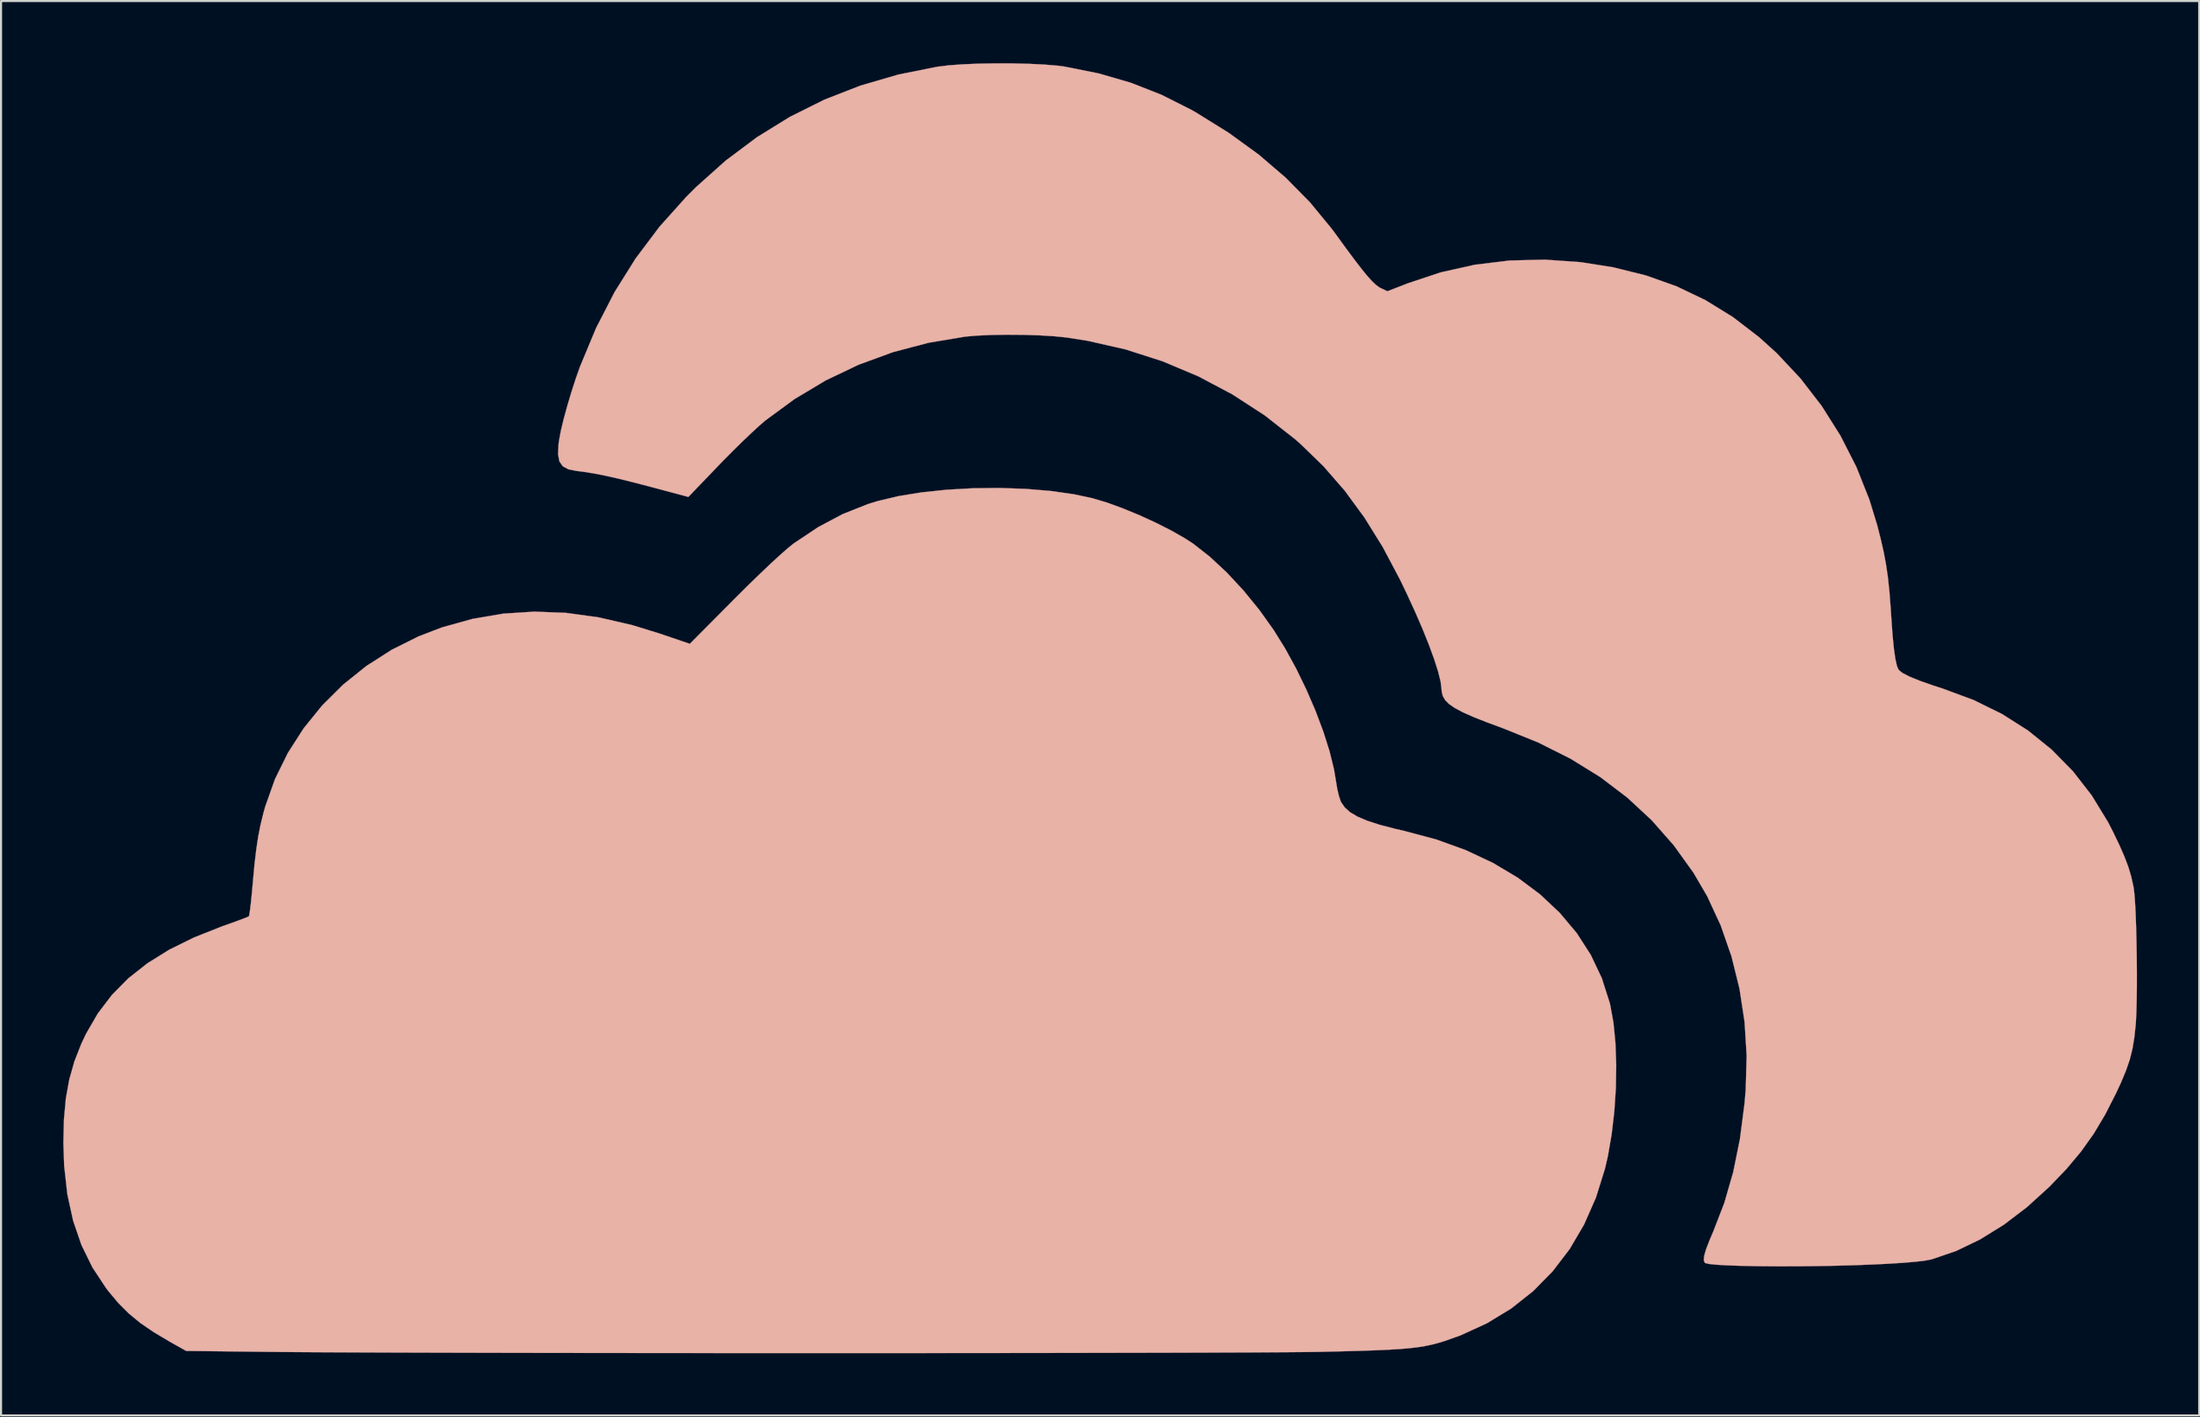
<source format=kicad_pcb>
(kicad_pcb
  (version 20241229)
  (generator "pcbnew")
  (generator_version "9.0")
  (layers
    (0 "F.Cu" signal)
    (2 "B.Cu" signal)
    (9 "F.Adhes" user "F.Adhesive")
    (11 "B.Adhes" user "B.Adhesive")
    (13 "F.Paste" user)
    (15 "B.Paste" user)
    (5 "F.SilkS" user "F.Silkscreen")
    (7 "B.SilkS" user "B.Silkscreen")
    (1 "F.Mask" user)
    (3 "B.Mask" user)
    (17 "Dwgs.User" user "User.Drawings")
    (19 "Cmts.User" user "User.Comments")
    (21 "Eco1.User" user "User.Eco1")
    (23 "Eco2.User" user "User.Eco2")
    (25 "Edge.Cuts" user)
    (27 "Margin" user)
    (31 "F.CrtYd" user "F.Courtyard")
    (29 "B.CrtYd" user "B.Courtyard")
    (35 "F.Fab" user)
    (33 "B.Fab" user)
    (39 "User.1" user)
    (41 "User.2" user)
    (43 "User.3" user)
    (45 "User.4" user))
  (footprint "onedrive_10x10_B"
    (layer "F.Cu")
    (at 49.905 31.039)
    (property "Reference" "onedrive_10x10_B" (at 0 0 0) (layer "B.SilkS") (effects (font (size 1.524 1.524) (thickness 0.3))))
    (attr through_hole)
    (fp_poly (pts (xy -3.523 -10.523) (xy -2.314 -10.422) (xy -1.196 -10.262) (xy -0.303 -10.071) (xy 0.384 -9.865) (xy 1.15 -9.586) (xy 1.953 -9.255) (xy 2.749 -8.89) (xy 3.497 -8.511) (xy 4.154 -8.136) (xy 4.547 -7.88) (xy 5.346 -7.254) (xy 6.163 -6.493) (xy 6.97 -5.625) (xy 7.741 -4.678) (xy 8.433 -3.706) (xy 8.985 -2.816) (xy 9.511 -1.853) (xy 10 -0.846) (xy 10.439 0.173) (xy 10.816 1.175) (xy 11.118 2.129) (xy 11.333 3.005) (xy 11.426 3.565) (xy 11.487 3.936) (xy 11.568 4.281) (xy 11.654 4.535) (xy 11.668 4.566) (xy 11.846 4.828) (xy 12.106 5.062) (xy 12.463 5.275) (xy 12.934 5.475) (xy 13.533 5.669) (xy 14.278 5.863) (xy 14.723 5.966) (xy 16.25 6.373) (xy 17.673 6.887) (xy 18.986 7.503) (xy 20.185 8.217) (xy 21.262 9.022) (xy 22.212 9.915) (xy 23.029 10.889) (xy 23.706 11.94) (xy 24.238 13.062) (xy 24.618 14.251) (xy 24.64 14.341) (xy 24.797 15.198) (xy 24.893 16.177) (xy 24.932 17.242) (xy 24.914 18.357) (xy 24.84 19.486) (xy 24.711 20.593) (xy 24.529 21.642) (xy 24.39 22.246) (xy 23.953 23.643) (xy 23.384 24.935) (xy 22.688 26.12) (xy 21.868 27.192) (xy 20.928 28.149) (xy 19.871 28.985) (xy 18.701 29.698) (xy 17.422 30.283) (xy 16.661 30.553) (xy 16.354 30.646) (xy 16.052 30.725) (xy 15.735 30.793) (xy 15.386 30.849) (xy 14.989 30.897) (xy 14.526 30.937) (xy 13.978 30.971) (xy 13.33 31) (xy 12.562 31.026) (xy 11.659 31.051) (xy 10.716 31.073) (xy 10.332 31.08) (xy 9.787 31.086) (xy 9.091 31.092) (xy 8.252 31.097) (xy 7.28 31.103) (xy 6.184 31.107) (xy 4.972 31.112) (xy 3.653 31.116) (xy 2.237 31.119) (xy 0.732 31.122) (xy -0.852 31.125) (xy -2.508 31.128) (xy -4.224 31.13) (xy -5.994 31.132) (xy -7.808 31.133) (xy -9.656 31.134) (xy -11.531 31.134) (xy -13.422 31.135) (xy -15.321 31.135) (xy -17.219 31.134) (xy -19.107 31.133) (xy -20.976 31.132) (xy -22.818 31.13) (xy -24.622 31.128) (xy -26.381 31.126) (xy -28.084 31.123) (xy -29.724 31.12) (xy -31.291 31.116) (xy -32.777 31.112) (xy -34.172 31.108) (xy -35.467 31.103) (xy -36.653 31.098) (xy -37.722 31.093) (xy -38.665 31.087) (xy -39.472 31.08) (xy -40.09 31.074) (xy -43.984 31.03) (xy -44.779 30.582) (xy -45.551 30.122) (xy -46.197 29.68) (xy -46.75 29.224) (xy -47.248 28.726) (xy -47.726 28.155) (xy -47.841 28.005) (xy -48.501 27.004) (xy -49.031 25.922) (xy -49.432 24.75) (xy -49.709 23.48) (xy -49.863 22.103) (xy -49.9 20.997) (xy -49.873 19.867) (xy -49.781 18.86) (xy -49.616 17.942) (xy -49.371 17.078) (xy -49.039 16.231) (xy -48.806 15.739) (xy -48.239 14.76) (xy -47.563 13.873) (xy -46.77 13.069) (xy -45.851 12.344) (xy -44.797 11.688) (xy -43.598 11.097) (xy -42.247 10.562) (xy -42.164 10.533) (xy -41.751 10.386) (xy -41.396 10.256) (xy -41.129 10.154) (xy -40.981 10.092) (xy -40.962 10.082) (xy -40.937 9.986) (xy -40.902 9.748) (xy -40.86 9.396) (xy -40.816 8.956) (xy -40.771 8.457) (xy -40.77 8.446) (xy -40.692 7.596) (xy -40.608 6.877) (xy -40.514 6.251) (xy -40.402 5.679) (xy -40.267 5.125) (xy -40.175 4.794) (xy -39.703 3.465) (xy -39.081 2.202) (xy -38.32 1.016) (xy -37.429 -0.085) (xy -36.419 -1.089) (xy -35.299 -1.986) (xy -34.081 -2.766) (xy -32.774 -3.418) (xy -31.653 -3.847) (xy -30.187 -4.256) (xy -28.707 -4.509) (xy -27.205 -4.606) (xy -25.673 -4.546) (xy -24.101 -4.329) (xy -22.482 -3.955) (xy -21.188 -3.556) (xy -19.712 -3.054) (xy -17.582 -5.199) (xy -16.959 -5.82) (xy -16.372 -6.391) (xy -15.839 -6.899) (xy -15.374 -7.327) (xy -14.993 -7.662) (xy -14.713 -7.888) (xy -14.707 -7.892) (xy -13.527 -8.681) (xy -12.34 -9.311) (xy -11.126 -9.792) (xy -10.668 -9.934) (xy -9.669 -10.172) (xy -8.545 -10.355) (xy -7.333 -10.482) (xy -6.068 -10.553) (xy -4.786 -10.567) (xy -3.523 -10.523)) (stroke (width 0.01) (type solid)) (fill yes) (layer "B.SilkS"))
    (fp_poly (pts (xy -4.169 -31.032) (xy -3.372 -31.013) (xy -2.639 -30.977) (xy -2.009 -30.925) (xy -1.651 -30.878) (xy -0.005 -30.549) (xy 1.541 -30.1) (xy 3.013 -29.522) (xy 4.439 -28.805) (xy 4.653 -28.684) (xy 6.253 -27.69) (xy 7.701 -26.639) (xy 9.006 -25.522) (xy 10.178 -24.33) (xy 11.227 -23.055) (xy 11.433 -22.776) (xy 11.925 -22.099) (xy 12.334 -21.55) (xy 12.67 -21.114) (xy 12.944 -20.778) (xy 13.169 -20.53) (xy 13.355 -20.354) (xy 13.513 -20.239) (xy 13.588 -20.199) (xy 13.904 -20.049) (xy 14.904 -20.438) (xy 16.487 -20.963) (xy 18.118 -21.327) (xy 19.789 -21.531) (xy 21.491 -21.573) (xy 23.217 -21.452) (xy 24.788 -21.204) (xy 26.361 -20.813) (xy 27.838 -20.288) (xy 29.231 -19.621) (xy 30.552 -18.807) (xy 31.814 -17.838) (xy 32.67 -17.063) (xy 33.807 -15.851) (xy 34.832 -14.522) (xy 35.735 -13.092) (xy 36.506 -11.578) (xy 37.134 -9.998) (xy 37.506 -8.781) (xy 37.684 -8.085) (xy 37.825 -7.461) (xy 37.936 -6.867) (xy 38.024 -6.257) (xy 38.095 -5.589) (xy 38.155 -4.82) (xy 38.186 -4.342) (xy 38.246 -3.5) (xy 38.312 -2.826) (xy 38.385 -2.317) (xy 38.464 -1.972) (xy 38.547 -1.793) (xy 38.733 -1.645) (xy 39.071 -1.472) (xy 39.563 -1.272) (xy 40.216 -1.042) (xy 40.668 -0.896) (xy 42.152 -0.346) (xy 43.523 0.328) (xy 44.779 1.126) (xy 45.918 2.046) (xy 46.94 3.087) (xy 47.842 4.247) (xy 48.624 5.525) (xy 48.853 5.969) (xy 49.177 6.641) (xy 49.424 7.205) (xy 49.61 7.697) (xy 49.747 8.153) (xy 49.849 8.609) (xy 49.87 8.726) (xy 49.906 9.02) (xy 49.937 9.455) (xy 49.965 10.004) (xy 49.987 10.64) (xy 50.004 11.333) (xy 50.016 12.056) (xy 50.022 12.782) (xy 50.021 13.483) (xy 50.013 14.131) (xy 49.999 14.698) (xy 49.976 15.157) (xy 49.967 15.287) (xy 49.9 15.92) (xy 49.809 16.472) (xy 49.679 16.99) (xy 49.496 17.522) (xy 49.248 18.114) (xy 49.014 18.617) (xy 48.488 19.648) (xy 47.939 20.566) (xy 47.335 21.414) (xy 46.644 22.241) (xy 45.831 23.091) (xy 45.808 23.114) (xy 44.723 24.101) (xy 43.605 24.951) (xy 42.466 25.656) (xy 41.319 26.209) (xy 40.177 26.601) (xy 40.083 26.626) (xy 39.781 26.682) (xy 39.329 26.734) (xy 38.747 26.783) (xy 38.054 26.827) (xy 37.272 26.865) (xy 36.418 26.897) (xy 35.514 26.923) (xy 34.579 26.941) (xy 33.632 26.951) (xy 32.693 26.952) (xy 31.782 26.945) (xy 30.919 26.927) (xy 30.886 26.926) (xy 30.231 26.903) (xy 29.74 26.873) (xy 29.407 26.838) (xy 29.229 26.796) (xy 29.2 26.779) (xy 29.151 26.659) (xy 29.17 26.45) (xy 29.259 26.137) (xy 29.425 25.705) (xy 29.609 25.273) (xy 30.143 23.891) (xy 30.57 22.408) (xy 30.894 20.813) (xy 31.116 19.094) (xy 31.171 18.45) (xy 31.218 16.805) (xy 31.117 15.172) (xy 30.872 13.568) (xy 30.487 12.011) (xy 29.967 10.518) (xy 29.315 9.109) (xy 28.654 7.978) (xy 27.704 6.656) (xy 26.641 5.449) (xy 25.461 4.354) (xy 24.159 3.366) (xy 22.73 2.483) (xy 21.169 1.7) (xy 19.473 1.014) (xy 18.686 0.723) (xy 18.046 0.47) (xy 17.541 0.245) (xy 17.155 0.04) (xy 16.874 -0.154) (xy 16.684 -0.347) (xy 16.571 -0.548) (xy 16.52 -0.766) (xy 16.513 -0.884) (xy 16.469 -1.237) (xy 16.348 -1.722) (xy 16.157 -2.321) (xy 15.901 -3.018) (xy 15.588 -3.797) (xy 15.222 -4.64) (xy 14.811 -5.532) (xy 14.511 -6.154) (xy 13.679 -7.723) (xy 12.797 -9.143) (xy 11.852 -10.433) (xy 10.831 -11.607) (xy 9.722 -12.685) (xy 9.454 -12.92) (xy 7.991 -14.068) (xy 6.432 -15.08) (xy 4.789 -15.95) (xy 3.072 -16.673) (xy 1.291 -17.245) (xy -0.543 -17.662) (xy -1.566 -17.822) (xy -2.161 -17.882) (xy -2.871 -17.925) (xy -3.648 -17.949) (xy -4.444 -17.955) (xy -5.212 -17.942) (xy -5.904 -17.91) (xy -6.435 -17.863) (xy -8.204 -17.568) (xy -9.922 -17.115) (xy -11.579 -16.508) (xy -13.167 -15.75) (xy -14.675 -14.847) (xy -16.065 -13.826) (xy -16.352 -13.579) (xy -16.727 -13.235) (xy -17.161 -12.821) (xy -17.624 -12.366) (xy -18.09 -11.896) (xy -18.315 -11.664) (xy -19.783 -10.135) (xy -21.554 -10.609) (xy -22.428 -10.837) (xy -23.167 -11.02) (xy -23.8 -11.162) (xy -24.352 -11.27) (xy -24.851 -11.349) (xy -25.174 -11.389) (xy -25.564 -11.467) (xy -25.834 -11.613) (xy -25.996 -11.847) (xy -26.061 -12.188) (xy -26.04 -12.655) (xy -26.012 -12.868) (xy -25.928 -13.316) (xy -25.793 -13.88) (xy -25.619 -14.518) (xy -25.42 -15.189) (xy -25.205 -15.851) (xy -25.001 -16.425) (xy -24.231 -18.273) (xy -23.341 -20.005) (xy -22.324 -21.63) (xy -21.177 -23.156) (xy -19.892 -24.591) (xy -19.42 -25.063) (xy -17.987 -26.345) (xy -16.477 -27.475) (xy -14.892 -28.455) (xy -13.228 -29.285) (xy -11.485 -29.964) (xy -9.663 -30.495) (xy -7.772 -30.874) (xy -7.231 -30.94) (xy -6.562 -30.988) (xy -5.803 -31.02) (xy -4.992 -31.034) (xy -4.169 -31.032)) (stroke (width 0.01) (type solid)) (fill yes) (layer "B.SilkS")))
  (gr_rect
    (start -3 -3)
    (end 102.931 65.179)
    (stroke (width 0.1) (type default))
    (fill no)
    (layer "Edge.Cuts")))
</source>
